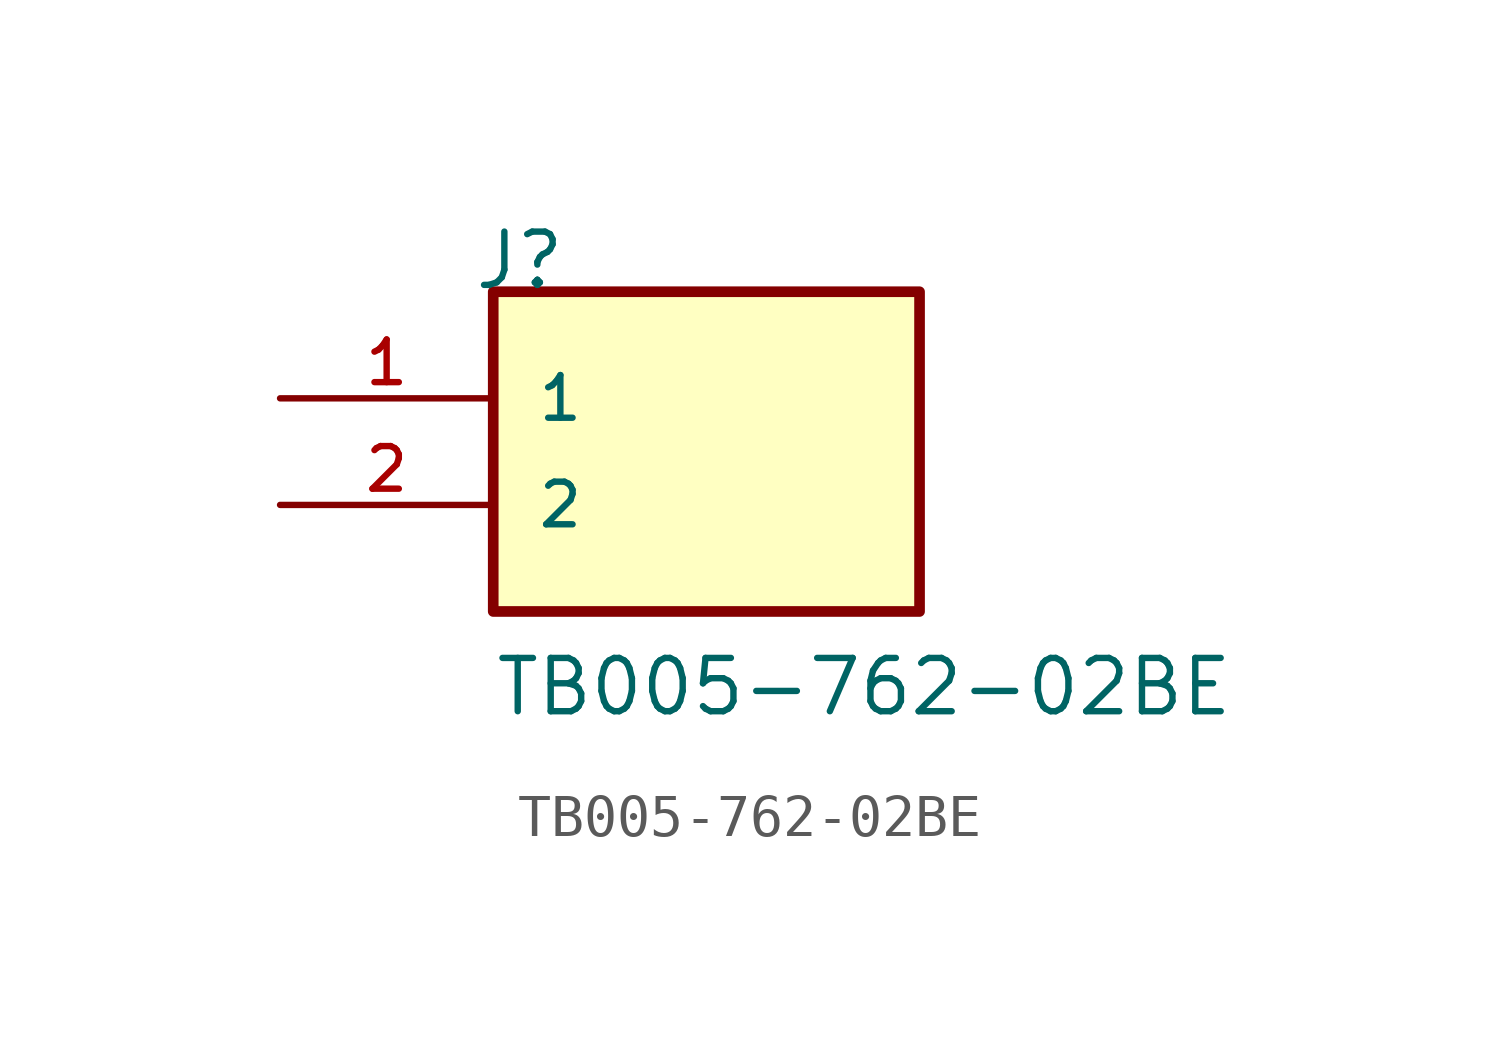
<source format=kicad_sym>
(kicad_symbol_lib
  (version 20211014)
  (generator kicad_symbol_editor)
  (symbol "TB005-762-02BE"
    (pin_names
      (offset 1.016))
    (property "Reference" "J"
      (at -5.58 5.08 0)
      (effects (font (size 1.27 1.27)) (justify bottom left)))
    (property "Value" "TB005-762-02BE"
      (at -5.08 -5.08 0)
      (effects (font (size 1.27 1.27)) (justify bottom left)))
    (symbol "TB005-762-02BE_0_0"
      (rectangle (start -5.08 -2.54) (end 5.08 5.08) (stroke (width 0.254)) (fill (type background)))
      (pin passive line (at -10.16 2.54 0) (length 5.08) (name "1" (effects (font (size 1.016 1.016)))) (number "1" (effects (font (size 1.016 1.016)))))
      (pin passive line (at -10.16 0.0 0) (length 5.08) (name "2" (effects (font (size 1.016 1.016)))) (number "2" (effects (font (size 1.016 1.016))))))))
</source>
